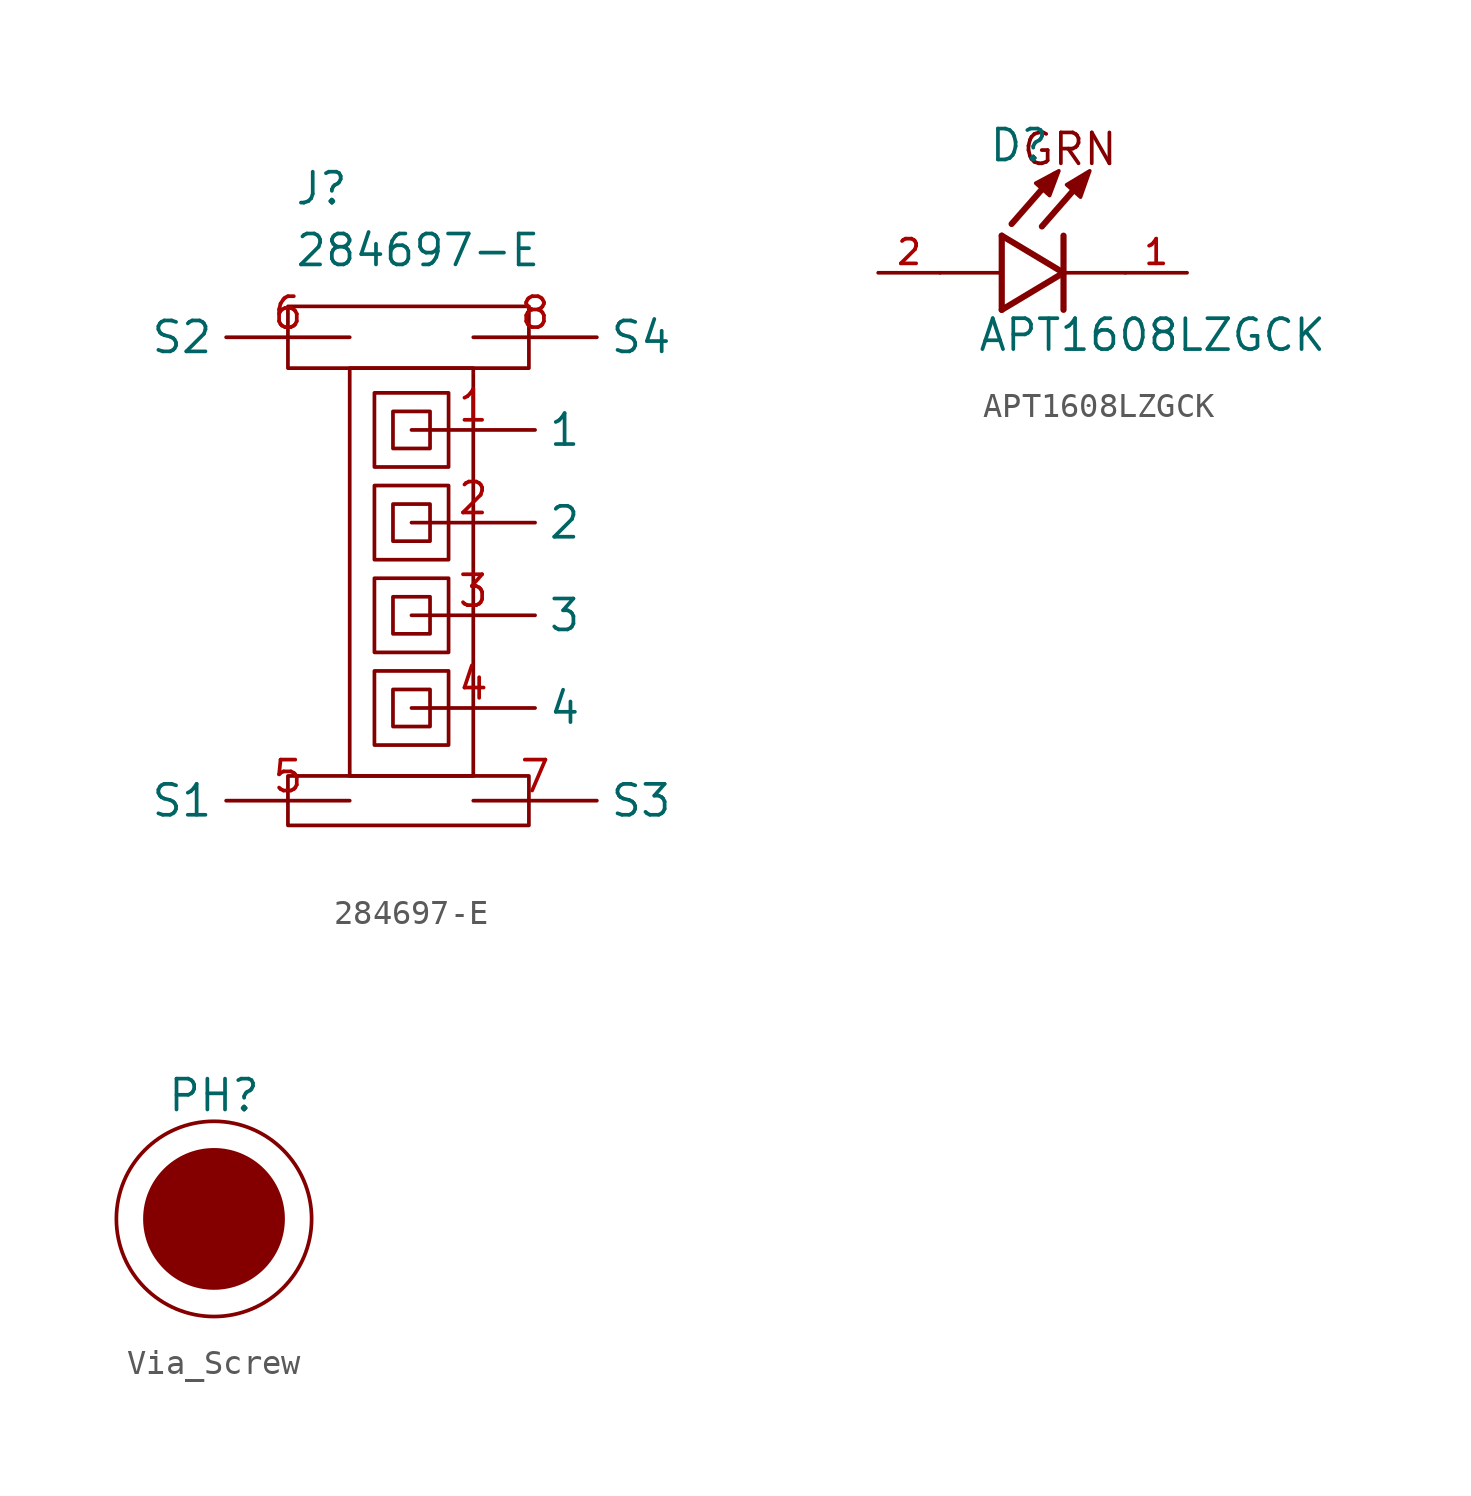
<source format=kicad_sym>
(kicad_symbol_lib
  (version 20241209)
  (generator "kicad_symbol_editor")
  (generator_version "9.0")
  (symbol "284697-E"
    (property "Reference" "J"
      (at -4.826 17.018 0)
      (effects (font (size 1.27 1.27)) (justify left top)))
    (property "Value" "284697-E"
      (at -4.826 14.478 0)
      (effects (font (size 1.27 1.27)) (justify left top)))
    (symbol "284697-E_0_1"
      (rectangle (start -5.08 11.43) (end 4.826 8.89) (stroke (width 0) (type default)) (fill (type none)))
      (rectangle (start -5.08 -7.874) (end 4.826 -9.906) (stroke (width 0) (type default)) (fill (type none)))
      (rectangle (start -2.54 8.89) (end 2.54 -7.874) (stroke (width 0) (type default)) (fill (type none)))
      (rectangle (start -1.524 7.874) (end 1.524 4.826) (stroke (width 0) (type default)) (fill (type none)))
      (rectangle (start -1.524 4.064) (end 1.524 1.016) (stroke (width 0) (type default)) (fill (type none)))
      (rectangle (start -1.524 0.254) (end 1.524 -2.794) (stroke (width 0) (type default)) (fill (type none)))
      (rectangle (start -1.524 -3.556) (end 1.524 -6.604) (stroke (width 0) (type default)) (fill (type none)))
      (rectangle (start -0.762 7.112) (end 0.762 5.588) (stroke (width 0) (type default)) (fill (type none)))
      (rectangle (start -0.762 3.302) (end 0.762 1.778) (stroke (width 0) (type default)) (fill (type none)))
      (rectangle (start -0.762 -0.508) (end 0.762 -2.032) (stroke (width 0) (type default)) (fill (type none)))
      (rectangle (start -0.762 -4.318) (end 0.762 -5.842) (stroke (width 0) (type default)) (fill (type none))))
    (symbol "284697-E_1_1"
      (pin passive line (at -2.54 10.16 180) (length 5.08) (name "S2" (effects (font (size 1.27 1.27)))) (number "6" (effects (font (size 1.27 1.27)))))
      (pin passive line (at -2.54 -8.89 180) (length 5.08) (name "S1" (effects (font (size 1.27 1.27)))) (number "5" (effects (font (size 1.27 1.27)))))
      (pin passive line (at 0 6.35 0) (length 5.08) (name "1" (effects (font (size 1.27 1.27)))) (number "1" (effects (font (size 1.27 1.27)))))
      (pin passive line (at 0 2.54 0) (length 5.08) (name "2" (effects (font (size 1.27 1.27)))) (number "2" (effects (font (size 1.27 1.27)))))
      (pin passive line (at 0 -1.27 0) (length 5.08) (name "3" (effects (font (size 1.27 1.27)))) (number "3" (effects (font (size 1.27 1.27)))))
      (pin passive line (at 0 -5.08 0) (length 5.08) (name "4" (effects (font (size 1.27 1.27)))) (number "4" (effects (font (size 1.27 1.27)))))
      (pin passive line (at 2.54 10.16 0) (length 5.08) (name "S4" (effects (font (size 1.27 1.27)))) (number "8" (effects (font (size 1.27 1.27)))))
      (pin passive line (at 2.54 -8.89 0) (length 5.08) (name "S3" (effects (font (size 1.27 1.27)))) (number "7" (effects (font (size 1.27 1.27)))))))
  (symbol "APT1608LZGCK"
    (pin_names
      (offset 1.016))
    (property "Reference" "D"
      (at -3.099 4.496 0)
      (effects (font (size 1.27 1.27)) (justify left bottom)))
    (property "Value" "APT1608LZGCK"
      (at -3.556 -3.302 0)
      (effects (font (size 1.27 1.27)) (justify left bottom)))
    (symbol "APT1608LZGCK_0_0"
      (polyline (pts (xy -2.54 1.524) (xy -2.54 -1.524)) (stroke (width 0.254) (type default)) (fill (type none)))
      (polyline (pts (xy -2.54 0) (xy -5.08 0)) (stroke (width 0.152) (type default)) (fill (type none)))
      (polyline (pts (xy -2.54 -1.524) (xy 0 0)) (stroke (width 0.254) (type default)) (fill (type none)))
      (polyline (pts (xy -1.143 3.683) (xy -0.572 3.175) (xy -0.191 4.191) (xy -1.143 3.683)) (stroke (width 0.152) (type default)) (fill (type outline)))
      (polyline (pts (xy -0.356 4.039) (xy -2.134 2.007)) (stroke (width 0.254) (type default)) (fill (type none)))
      (polyline (pts (xy 0 1.524) (xy 0 0)) (stroke (width 0.254) (type default)) (fill (type none)))
      (polyline (pts (xy 0 0) (xy -2.54 1.524)) (stroke (width 0.254) (type default)) (fill (type none)))
      (polyline (pts (xy 0 0) (xy 0 -1.524)) (stroke (width 0.254) (type default)) (fill (type none)))
      (polyline (pts (xy 0.127 3.619) (xy 0.699 3.111) (xy 1.079 4.191) (xy 0.127 3.619)) (stroke (width 0.152) (type default)) (fill (type outline)))
      (polyline (pts (xy 0.889 3.937) (xy -0.889 1.905)) (stroke (width 0.254) (type default)) (fill (type none)))
      (polyline (pts (xy 2.54 0) (xy 0 0)) (stroke (width 0.152) (type default)) (fill (type none)))
      (pin passive line (at -7.62 0 0) (length 2.54) (name "~" (effects (font (size 1.016 1.016)))) (number "2" (effects (font (size 1.016 1.016)))))
      (pin passive line (at 5.08 0 180) (length 2.54) (name "~" (effects (font (size 1.016 1.016)))) (number "1" (effects (font (size 1.016 1.016))))))
    (symbol "APT1608LZGCK_1_1"
      (text "GRN" (at 0.254 5.08 0) (effects (font (size 1.27 1.27))))))
  (symbol "Via_Screw"
    (property "Reference" "PH"
      (at 0 5.08 0)
      (effects (font (size 1.27 1.27))))
    (property "Value" ""
      (at 0 0 0)
      (effects (font (size 1.27 1.27))))
    (symbol "Via_Screw_0_1"
      (circle (center 0 0) (radius 2.84) (stroke (width 0) (type default)) (fill (type outline)))
      (circle (center 0 0) (radius 4.016) (stroke (width 0) (type default)) (fill (type none))))))
</source>
